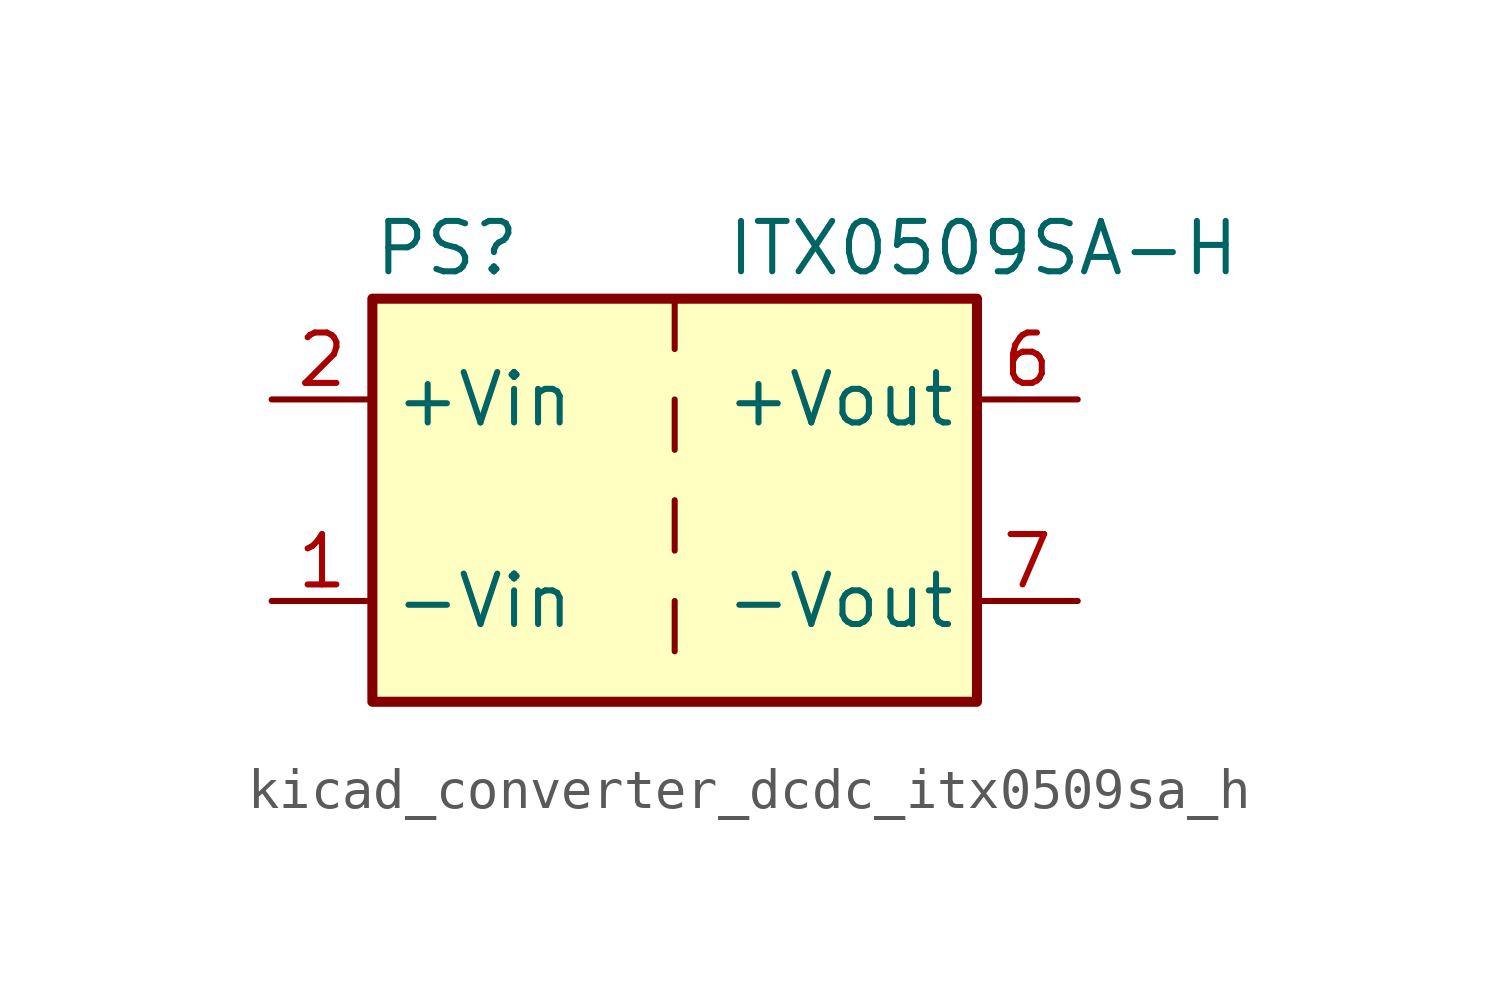
<source format=kicad_sym>
(kicad_symbol_lib
  (version 20220914)
  (generator kicad_symbol_editor)
  (symbol "kicad_converter_dcdc_itx0509sa_h"
    (property "Reference" "PS"
      (at -7.62 6.35 0)
      (effects (font (size 1.27 1.27)) (justify left)))
    (property "Value" "ITX0509SA-H"
      (at 1.27 6.35 0)
      (effects (font (size 1.27 1.27)) (justify left)))
    (symbol "kicad_converter_dcdc_itx0509sa_h_0_0"
      (pin power_in line (at -10.16 -2.54 0) (length 2.54) (name "-Vin" (effects (font (size 1.27 1.27)))) (number "1" (effects (font (size 1.27 1.27)))))
      (pin power_in line (at -10.16 2.54 0) (length 2.54) (name "+Vin" (effects (font (size 1.27 1.27)))) (number "2" (effects (font (size 1.27 1.27)))))
      (pin power_out line (at 10.16 2.54 180) (length 2.54) (name "+Vout" (effects (font (size 1.27 1.27)))) (number "6" (effects (font (size 1.27 1.27)))))
      (pin power_out line (at 10.16 -2.54 180) (length 2.54) (name "-Vout" (effects (font (size 1.27 1.27)))) (number "7" (effects (font (size 1.27 1.27)))))
      (pin no_connect line (at 7.62 0 180) (length 2.54) hide (name "NC" (effects (font (size 1.27 1.27)))) (number "8" (effects (font (size 1.27 1.27))))))
    (symbol "kicad_converter_dcdc_itx0509sa_h_0_1"
      (rectangle (start -7.62 5.08) (end 7.62 -5.08) (stroke (width 0.254) (type default)) (fill (type background)))
      (polyline (pts (xy 0 -2.54) (xy 0 -3.81)) (stroke (width 0) (type default)) (fill (type none)))
      (polyline (pts (xy 0 0) (xy 0 -1.27)) (stroke (width 0) (type default)) (fill (type none)))
      (polyline (pts (xy 0 2.54) (xy 0 1.27)) (stroke (width 0) (type default)) (fill (type none)))
      (polyline (pts (xy 0 5.08) (xy 0 3.81)) (stroke (width 0) (type default)) (fill (type none))))))
</source>
